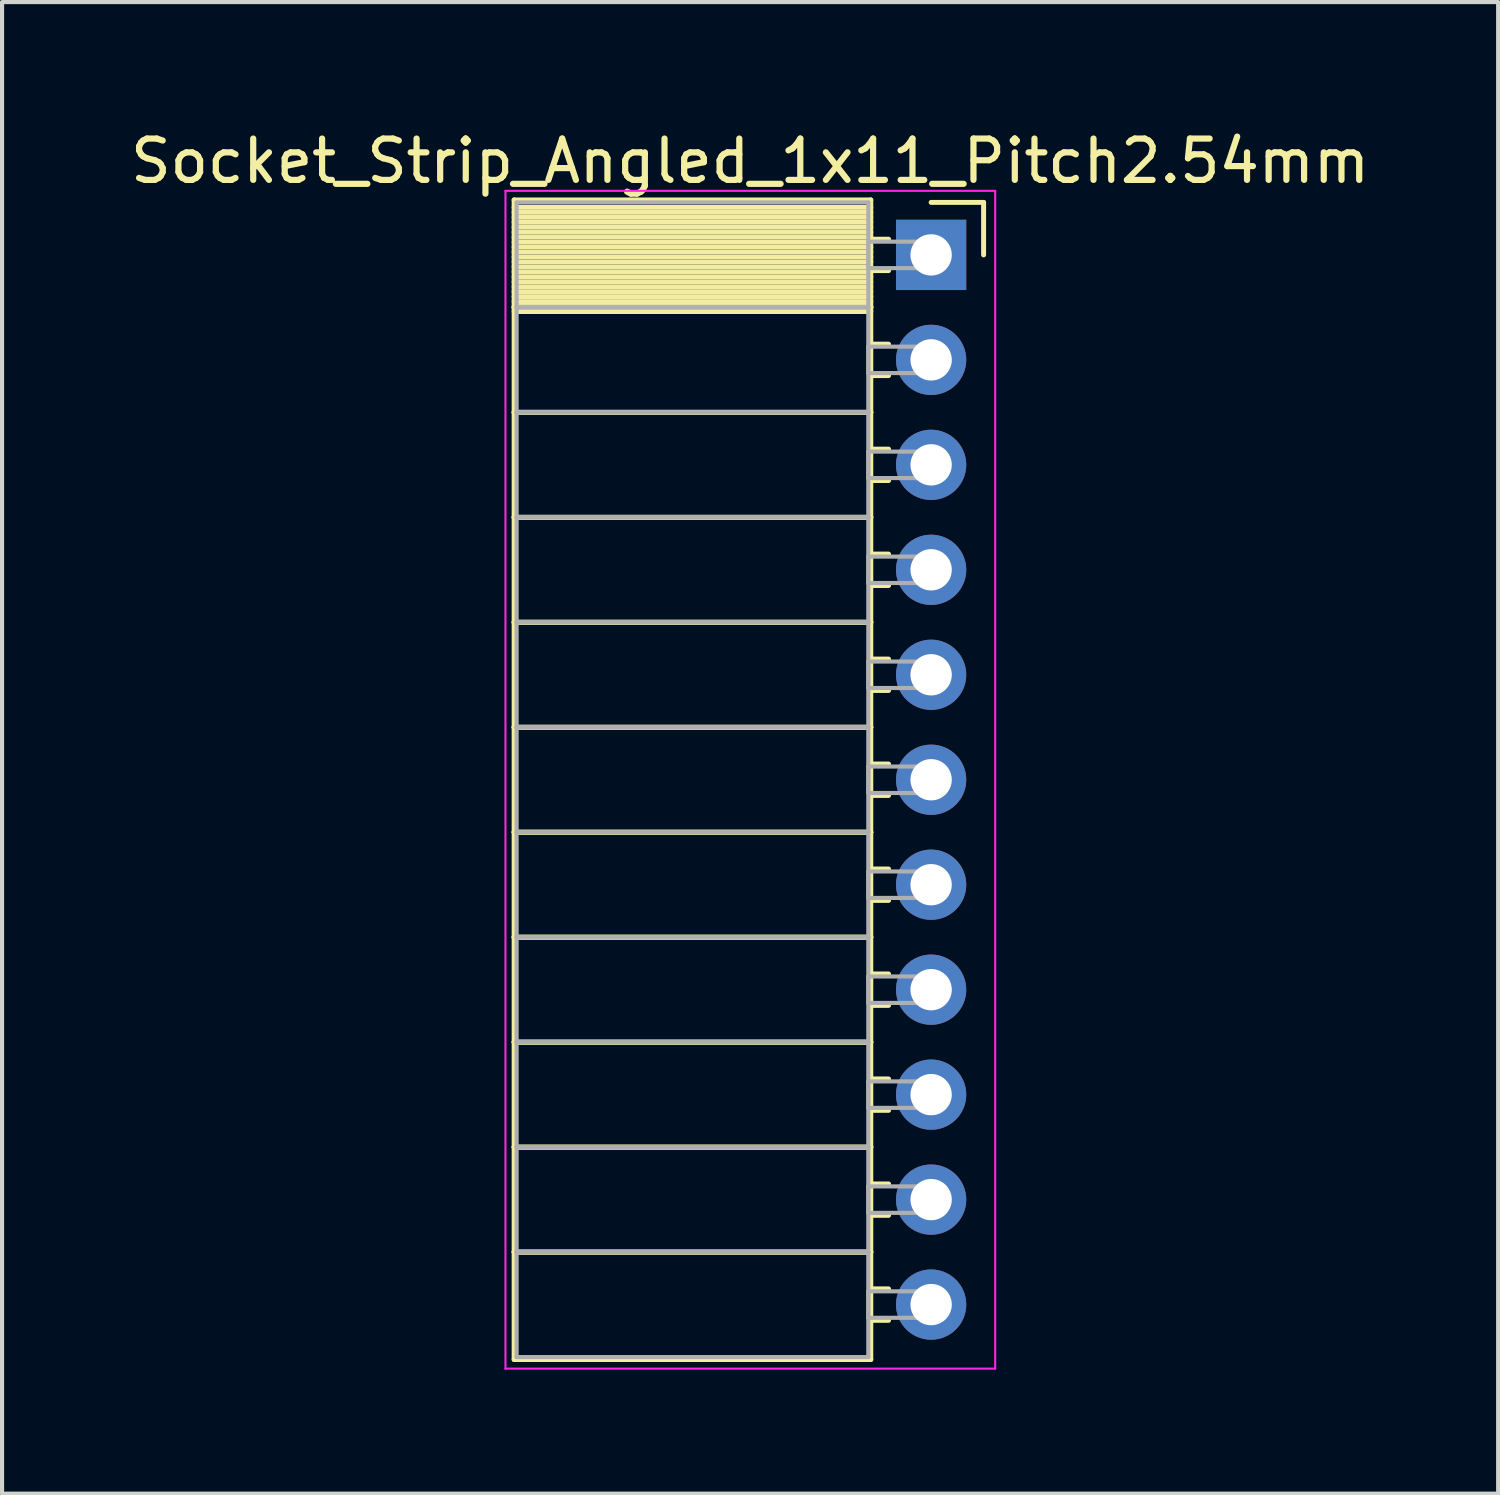
<source format=kicad_pcb>
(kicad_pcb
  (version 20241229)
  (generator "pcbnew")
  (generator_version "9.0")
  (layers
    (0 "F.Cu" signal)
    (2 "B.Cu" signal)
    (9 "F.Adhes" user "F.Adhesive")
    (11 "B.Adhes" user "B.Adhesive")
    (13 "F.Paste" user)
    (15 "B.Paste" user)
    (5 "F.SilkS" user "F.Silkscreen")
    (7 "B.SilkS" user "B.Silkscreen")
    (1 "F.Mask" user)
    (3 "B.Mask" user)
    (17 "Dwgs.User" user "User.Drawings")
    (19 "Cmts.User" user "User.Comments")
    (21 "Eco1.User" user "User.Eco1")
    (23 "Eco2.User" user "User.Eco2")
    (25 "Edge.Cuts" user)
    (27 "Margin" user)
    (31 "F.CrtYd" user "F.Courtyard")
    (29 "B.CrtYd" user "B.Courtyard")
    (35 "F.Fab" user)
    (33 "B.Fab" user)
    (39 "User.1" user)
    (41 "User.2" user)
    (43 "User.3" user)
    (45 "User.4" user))
  (footprint "Socket_Strip_Angled_1x11_Pitch2.54mm"
    (layer "F.Cu")
    (at 19.481 3.118)
    (property "Reference" "Socket_Strip_Angled_1x11_Pitch2.54mm" (at -4.38 -2.27 0) (layer "F.SilkS") (effects (font (size 1 1) (thickness 0.15))))
    (attr through_hole)
    (fp_line (start -10.09 -1.33) (end -1.46 -1.33) (stroke (width 0.12) (type solid)) (layer "F.SilkS"))
    (fp_line (start -10.09 1.27) (end -10.09 -1.33) (stroke (width 0.12) (type solid)) (layer "F.SilkS"))
    (fp_line (start -10.09 1.27) (end -1.46 1.27) (stroke (width 0.12) (type solid)) (layer "F.SilkS"))
    (fp_line (start -10.09 3.81) (end -10.09 1.27) (stroke (width 0.12) (type solid)) (layer "F.SilkS"))
    (fp_line (start -10.09 3.81) (end -1.46 3.81) (stroke (width 0.12) (type solid)) (layer "F.SilkS"))
    (fp_line (start -10.09 6.35) (end -10.09 3.81) (stroke (width 0.12) (type solid)) (layer "F.SilkS"))
    (fp_line (start -10.09 6.35) (end -1.46 6.35) (stroke (width 0.12) (type solid)) (layer "F.SilkS"))
    (fp_line (start -10.09 8.89) (end -10.09 6.35) (stroke (width 0.12) (type solid)) (layer "F.SilkS"))
    (fp_line (start -10.09 8.89) (end -1.46 8.89) (stroke (width 0.12) (type solid)) (layer "F.SilkS"))
    (fp_line (start -10.09 11.43) (end -10.09 8.89) (stroke (width 0.12) (type solid)) (layer "F.SilkS"))
    (fp_line (start -10.09 11.43) (end -1.46 11.43) (stroke (width 0.12) (type solid)) (layer "F.SilkS"))
    (fp_line (start -10.09 13.97) (end -10.09 11.43) (stroke (width 0.12) (type solid)) (layer "F.SilkS"))
    (fp_line (start -10.09 13.97) (end -1.46 13.97) (stroke (width 0.12) (type solid)) (layer "F.SilkS"))
    (fp_line (start -10.09 16.51) (end -10.09 13.97) (stroke (width 0.12) (type solid)) (layer "F.SilkS"))
    (fp_line (start -10.09 16.51) (end -1.46 16.51) (stroke (width 0.12) (type solid)) (layer "F.SilkS"))
    (fp_line (start -10.09 19.05) (end -10.09 16.51) (stroke (width 0.12) (type solid)) (layer "F.SilkS"))
    (fp_line (start -10.09 19.05) (end -1.46 19.05) (stroke (width 0.12) (type solid)) (layer "F.SilkS"))
    (fp_line (start -10.09 21.59) (end -10.09 19.05) (stroke (width 0.12) (type solid)) (layer "F.SilkS"))
    (fp_line (start -10.09 21.59) (end -1.46 21.59) (stroke (width 0.12) (type solid)) (layer "F.SilkS"))
    (fp_line (start -10.09 24.13) (end -10.09 21.59) (stroke (width 0.12) (type solid)) (layer "F.SilkS"))
    (fp_line (start -10.09 24.13) (end -1.46 24.13) (stroke (width 0.12) (type solid)) (layer "F.SilkS"))
    (fp_line (start -10.09 26.73) (end -10.09 24.13) (stroke (width 0.12) (type solid)) (layer "F.SilkS"))
    (fp_line (start -1.46 -1.33) (end -1.46 1.27) (stroke (width 0.12) (type solid)) (layer "F.SilkS"))
    (fp_line (start -1.46 -1.15) (end -10.09 -1.15) (stroke (width 0.12) (type solid)) (layer "F.SilkS"))
    (fp_line (start -1.46 -1.03) (end -10.09 -1.03) (stroke (width 0.12) (type solid)) (layer "F.SilkS"))
    (fp_line (start -1.46 -0.91) (end -10.09 -0.91) (stroke (width 0.12) (type solid)) (layer "F.SilkS"))
    (fp_line (start -1.46 -0.79) (end -10.09 -0.79) (stroke (width 0.12) (type solid)) (layer "F.SilkS"))
    (fp_line (start -1.46 -0.67) (end -10.09 -0.67) (stroke (width 0.12) (type solid)) (layer "F.SilkS"))
    (fp_line (start -1.46 -0.55) (end -10.09 -0.55) (stroke (width 0.12) (type solid)) (layer "F.SilkS"))
    (fp_line (start -1.46 -0.43) (end -10.09 -0.43) (stroke (width 0.12) (type solid)) (layer "F.SilkS"))
    (fp_line (start -1.46 -0.31) (end -10.09 -0.31) (stroke (width 0.12) (type solid)) (layer "F.SilkS"))
    (fp_line (start -1.46 -0.19) (end -10.09 -0.19) (stroke (width 0.12) (type solid)) (layer "F.SilkS"))
    (fp_line (start -1.46 -0.07) (end -10.09 -0.07) (stroke (width 0.12) (type solid)) (layer "F.SilkS"))
    (fp_line (start -1.46 0.05) (end -10.09 0.05) (stroke (width 0.12) (type solid)) (layer "F.SilkS"))
    (fp_line (start -1.46 0.17) (end -10.09 0.17) (stroke (width 0.12) (type solid)) (layer "F.SilkS"))
    (fp_line (start -1.46 0.29) (end -10.09 0.29) (stroke (width 0.12) (type solid)) (layer "F.SilkS"))
    (fp_line (start -1.46 0.41) (end -10.09 0.41) (stroke (width 0.12) (type solid)) (layer "F.SilkS"))
    (fp_line (start -1.46 0.53) (end -10.09 0.53) (stroke (width 0.12) (type solid)) (layer "F.SilkS"))
    (fp_line (start -1.46 0.65) (end -10.09 0.65) (stroke (width 0.12) (type solid)) (layer "F.SilkS"))
    (fp_line (start -1.46 0.77) (end -10.09 0.77) (stroke (width 0.12) (type solid)) (layer "F.SilkS"))
    (fp_line (start -1.46 0.89) (end -10.09 0.89) (stroke (width 0.12) (type solid)) (layer "F.SilkS"))
    (fp_line (start -1.46 1.01) (end -10.09 1.01) (stroke (width 0.12) (type solid)) (layer "F.SilkS"))
    (fp_line (start -1.46 1.13) (end -10.09 1.13) (stroke (width 0.12) (type solid)) (layer "F.SilkS"))
    (fp_line (start -1.46 1.25) (end -10.09 1.25) (stroke (width 0.12) (type solid)) (layer "F.SilkS"))
    (fp_line (start -1.46 1.27) (end -10.09 1.27) (stroke (width 0.12) (type solid)) (layer "F.SilkS"))
    (fp_line (start -1.46 1.27) (end -1.46 3.81) (stroke (width 0.12) (type solid)) (layer "F.SilkS"))
    (fp_line (start -1.46 1.37) (end -10.09 1.37) (stroke (width 0.12) (type solid)) (layer "F.SilkS"))
    (fp_line (start -1.46 3.81) (end -10.09 3.81) (stroke (width 0.12) (type solid)) (layer "F.SilkS"))
    (fp_line (start -1.46 3.81) (end -1.46 6.35) (stroke (width 0.12) (type solid)) (layer "F.SilkS"))
    (fp_line (start -1.46 6.35) (end -10.09 6.35) (stroke (width 0.12) (type solid)) (layer "F.SilkS"))
    (fp_line (start -1.46 6.35) (end -1.46 8.89) (stroke (width 0.12) (type solid)) (layer "F.SilkS"))
    (fp_line (start -1.46 8.89) (end -10.09 8.89) (stroke (width 0.12) (type solid)) (layer "F.SilkS"))
    (fp_line (start -1.46 8.89) (end -1.46 11.43) (stroke (width 0.12) (type solid)) (layer "F.SilkS"))
    (fp_line (start -1.46 11.43) (end -10.09 11.43) (stroke (width 0.12) (type solid)) (layer "F.SilkS"))
    (fp_line (start -1.46 11.43) (end -1.46 13.97) (stroke (width 0.12) (type solid)) (layer "F.SilkS"))
    (fp_line (start -1.46 13.97) (end -10.09 13.97) (stroke (width 0.12) (type solid)) (layer "F.SilkS"))
    (fp_line (start -1.46 13.97) (end -1.46 16.51) (stroke (width 0.12) (type solid)) (layer "F.SilkS"))
    (fp_line (start -1.46 16.51) (end -10.09 16.51) (stroke (width 0.12) (type solid)) (layer "F.SilkS"))
    (fp_line (start -1.46 16.51) (end -1.46 19.05) (stroke (width 0.12) (type solid)) (layer "F.SilkS"))
    (fp_line (start -1.46 19.05) (end -10.09 19.05) (stroke (width 0.12) (type solid)) (layer "F.SilkS"))
    (fp_line (start -1.46 19.05) (end -1.46 21.59) (stroke (width 0.12) (type solid)) (layer "F.SilkS"))
    (fp_line (start -1.46 21.59) (end -10.09 21.59) (stroke (width 0.12) (type solid)) (layer "F.SilkS"))
    (fp_line (start -1.46 21.59) (end -1.46 24.13) (stroke (width 0.12) (type solid)) (layer "F.SilkS"))
    (fp_line (start -1.46 24.13) (end -10.09 24.13) (stroke (width 0.12) (type solid)) (layer "F.SilkS"))
    (fp_line (start -1.46 24.13) (end -1.46 26.73) (stroke (width 0.12) (type solid)) (layer "F.SilkS"))
    (fp_line (start -1.46 26.73) (end -10.09 26.73) (stroke (width 0.12) (type solid)) (layer "F.SilkS"))
    (fp_line (start -1.03 -0.38) (end -1.46 -0.38) (stroke (width 0.12) (type solid)) (layer "F.SilkS"))
    (fp_line (start -1.03 0.38) (end -1.46 0.38) (stroke (width 0.12) (type solid)) (layer "F.SilkS"))
    (fp_line (start -1.03 2.16) (end -1.46 2.16) (stroke (width 0.12) (type solid)) (layer "F.SilkS"))
    (fp_line (start -1.03 2.92) (end -1.46 2.92) (stroke (width 0.12) (type solid)) (layer "F.SilkS"))
    (fp_line (start -1.03 4.7) (end -1.46 4.7) (stroke (width 0.12) (type solid)) (layer "F.SilkS"))
    (fp_line (start -1.03 5.46) (end -1.46 5.46) (stroke (width 0.12) (type solid)) (layer "F.SilkS"))
    (fp_line (start -1.03 7.24) (end -1.46 7.24) (stroke (width 0.12) (type solid)) (layer "F.SilkS"))
    (fp_line (start -1.03 8) (end -1.46 8) (stroke (width 0.12) (type solid)) (layer "F.SilkS"))
    (fp_line (start -1.03 9.78) (end -1.46 9.78) (stroke (width 0.12) (type solid)) (layer "F.SilkS"))
    (fp_line (start -1.03 10.54) (end -1.46 10.54) (stroke (width 0.12) (type solid)) (layer "F.SilkS"))
    (fp_line (start -1.03 12.32) (end -1.46 12.32) (stroke (width 0.12) (type solid)) (layer "F.SilkS"))
    (fp_line (start -1.03 13.08) (end -1.46 13.08) (stroke (width 0.12) (type solid)) (layer "F.SilkS"))
    (fp_line (start -1.03 14.86) (end -1.46 14.86) (stroke (width 0.12) (type solid)) (layer "F.SilkS"))
    (fp_line (start -1.03 15.62) (end -1.46 15.62) (stroke (width 0.12) (type solid)) (layer "F.SilkS"))
    (fp_line (start -1.03 17.4) (end -1.46 17.4) (stroke (width 0.12) (type solid)) (layer "F.SilkS"))
    (fp_line (start -1.03 18.16) (end -1.46 18.16) (stroke (width 0.12) (type solid)) (layer "F.SilkS"))
    (fp_line (start -1.03 19.94) (end -1.46 19.94) (stroke (width 0.12) (type solid)) (layer "F.SilkS"))
    (fp_line (start -1.03 20.7) (end -1.46 20.7) (stroke (width 0.12) (type solid)) (layer "F.SilkS"))
    (fp_line (start -1.03 22.48) (end -1.46 22.48) (stroke (width 0.12) (type solid)) (layer "F.SilkS"))
    (fp_line (start -1.03 23.24) (end -1.46 23.24) (stroke (width 0.12) (type solid)) (layer "F.SilkS"))
    (fp_line (start -1.03 25.02) (end -1.46 25.02) (stroke (width 0.12) (type solid)) (layer "F.SilkS"))
    (fp_line (start -1.03 25.78) (end -1.46 25.78) (stroke (width 0.12) (type solid)) (layer "F.SilkS"))
    (fp_line (start 0 -1.27) (end 1.27 -1.27) (stroke (width 0.12) (type solid)) (layer "F.SilkS"))
    (fp_line (start 1.27 -1.27) (end 1.27 0) (stroke (width 0.12) (type solid)) (layer "F.SilkS"))
    (fp_line (start -10.3 -1.55) (end 1.55 -1.55) (stroke (width 0.05) (type solid)) (layer "F.CrtYd"))
    (fp_line (start -10.3 26.95) (end -10.3 -1.55) (stroke (width 0.05) (type solid)) (layer "F.CrtYd"))
    (fp_line (start 1.55 -1.55) (end 1.55 26.95) (stroke (width 0.05) (type solid)) (layer "F.CrtYd"))
    (fp_line (start 1.55 26.95) (end -10.3 26.95) (stroke (width 0.05) (type solid)) (layer "F.CrtYd"))
    (fp_line (start -10.03 -1.27) (end -1.52 -1.27) (stroke (width 0.1) (type solid)) (layer "F.Fab"))
    (fp_line (start -10.03 1.27) (end -10.03 -1.27) (stroke (width 0.1) (type solid)) (layer "F.Fab"))
    (fp_line (start -10.03 1.27) (end -1.52 1.27) (stroke (width 0.1) (type solid)) (layer "F.Fab"))
    (fp_line (start -10.03 3.81) (end -10.03 1.27) (stroke (width 0.1) (type solid)) (layer "F.Fab"))
    (fp_line (start -10.03 3.81) (end -1.52 3.81) (stroke (width 0.1) (type solid)) (layer "F.Fab"))
    (fp_line (start -10.03 6.35) (end -10.03 3.81) (stroke (width 0.1) (type solid)) (layer "F.Fab"))
    (fp_line (start -10.03 6.35) (end -1.52 6.35) (stroke (width 0.1) (type solid)) (layer "F.Fab"))
    (fp_line (start -10.03 8.89) (end -10.03 6.35) (stroke (width 0.1) (type solid)) (layer "F.Fab"))
    (fp_line (start -10.03 8.89) (end -1.52 8.89) (stroke (width 0.1) (type solid)) (layer "F.Fab"))
    (fp_line (start -10.03 11.43) (end -10.03 8.89) (stroke (width 0.1) (type solid)) (layer "F.Fab"))
    (fp_line (start -10.03 11.43) (end -1.52 11.43) (stroke (width 0.1) (type solid)) (layer "F.Fab"))
    (fp_line (start -10.03 13.97) (end -10.03 11.43) (stroke (width 0.1) (type solid)) (layer "F.Fab"))
    (fp_line (start -10.03 13.97) (end -1.52 13.97) (stroke (width 0.1) (type solid)) (layer "F.Fab"))
    (fp_line (start -10.03 16.51) (end -10.03 13.97) (stroke (width 0.1) (type solid)) (layer "F.Fab"))
    (fp_line (start -10.03 16.51) (end -1.52 16.51) (stroke (width 0.1) (type solid)) (layer "F.Fab"))
    (fp_line (start -10.03 19.05) (end -10.03 16.51) (stroke (width 0.1) (type solid)) (layer "F.Fab"))
    (fp_line (start -10.03 19.05) (end -1.52 19.05) (stroke (width 0.1) (type solid)) (layer "F.Fab"))
    (fp_line (start -10.03 21.59) (end -10.03 19.05) (stroke (width 0.1) (type solid)) (layer "F.Fab"))
    (fp_line (start -10.03 21.59) (end -1.52 21.59) (stroke (width 0.1) (type solid)) (layer "F.Fab"))
    (fp_line (start -10.03 24.13) (end -10.03 21.59) (stroke (width 0.1) (type solid)) (layer "F.Fab"))
    (fp_line (start -10.03 24.13) (end -1.52 24.13) (stroke (width 0.1) (type solid)) (layer "F.Fab"))
    (fp_line (start -10.03 26.67) (end -10.03 24.13) (stroke (width 0.1) (type solid)) (layer "F.Fab"))
    (fp_line (start -1.52 -1.27) (end -1.52 1.27) (stroke (width 0.1) (type solid)) (layer "F.Fab"))
    (fp_line (start -1.52 -0.32) (end 0 -0.32) (stroke (width 0.1) (type solid)) (layer "F.Fab"))
    (fp_line (start -1.52 0.32) (end -1.52 -0.32) (stroke (width 0.1) (type solid)) (layer "F.Fab"))
    (fp_line (start -1.52 1.27) (end -10.03 1.27) (stroke (width 0.1) (type solid)) (layer "F.Fab"))
    (fp_line (start -1.52 1.27) (end -1.52 3.81) (stroke (width 0.1) (type solid)) (layer "F.Fab"))
    (fp_line (start -1.52 2.22) (end 0 2.22) (stroke (width 0.1) (type solid)) (layer "F.Fab"))
    (fp_line (start -1.52 2.86) (end -1.52 2.22) (stroke (width 0.1) (type solid)) (layer "F.Fab"))
    (fp_line (start -1.52 3.81) (end -10.03 3.81) (stroke (width 0.1) (type solid)) (layer "F.Fab"))
    (fp_line (start -1.52 3.81) (end -1.52 6.35) (stroke (width 0.1) (type solid)) (layer "F.Fab"))
    (fp_line (start -1.52 4.76) (end 0 4.76) (stroke (width 0.1) (type solid)) (layer "F.Fab"))
    (fp_line (start -1.52 5.4) (end -1.52 4.76) (stroke (width 0.1) (type solid)) (layer "F.Fab"))
    (fp_line (start -1.52 6.35) (end -10.03 6.35) (stroke (width 0.1) (type solid)) (layer "F.Fab"))
    (fp_line (start -1.52 6.35) (end -1.52 8.89) (stroke (width 0.1) (type solid)) (layer "F.Fab"))
    (fp_line (start -1.52 7.3) (end 0 7.3) (stroke (width 0.1) (type solid)) (layer "F.Fab"))
    (fp_line (start -1.52 7.94) (end -1.52 7.3) (stroke (width 0.1) (type solid)) (layer "F.Fab"))
    (fp_line (start -1.52 8.89) (end -10.03 8.89) (stroke (width 0.1) (type solid)) (layer "F.Fab"))
    (fp_line (start -1.52 8.89) (end -1.52 11.43) (stroke (width 0.1) (type solid)) (layer "F.Fab"))
    (fp_line (start -1.52 9.84) (end 0 9.84) (stroke (width 0.1) (type solid)) (layer "F.Fab"))
    (fp_line (start -1.52 10.48) (end -1.52 9.84) (stroke (width 0.1) (type solid)) (layer "F.Fab"))
    (fp_line (start -1.52 11.43) (end -10.03 11.43) (stroke (width 0.1) (type solid)) (layer "F.Fab"))
    (fp_line (start -1.52 11.43) (end -1.52 13.97) (stroke (width 0.1) (type solid)) (layer "F.Fab"))
    (fp_line (start -1.52 12.38) (end 0 12.38) (stroke (width 0.1) (type solid)) (layer "F.Fab"))
    (fp_line (start -1.52 13.02) (end -1.52 12.38) (stroke (width 0.1) (type solid)) (layer "F.Fab"))
    (fp_line (start -1.52 13.97) (end -10.03 13.97) (stroke (width 0.1) (type solid)) (layer "F.Fab"))
    (fp_line (start -1.52 13.97) (end -1.52 16.51) (stroke (width 0.1) (type solid)) (layer "F.Fab"))
    (fp_line (start -1.52 14.92) (end 0 14.92) (stroke (width 0.1) (type solid)) (layer "F.Fab"))
    (fp_line (start -1.52 15.56) (end -1.52 14.92) (stroke (width 0.1) (type solid)) (layer "F.Fab"))
    (fp_line (start -1.52 16.51) (end -10.03 16.51) (stroke (width 0.1) (type solid)) (layer "F.Fab"))
    (fp_line (start -1.52 16.51) (end -1.52 19.05) (stroke (width 0.1) (type solid)) (layer "F.Fab"))
    (fp_line (start -1.52 17.46) (end 0 17.46) (stroke (width 0.1) (type solid)) (layer "F.Fab"))
    (fp_line (start -1.52 18.1) (end -1.52 17.46) (stroke (width 0.1) (type solid)) (layer "F.Fab"))
    (fp_line (start -1.52 19.05) (end -10.03 19.05) (stroke (width 0.1) (type solid)) (layer "F.Fab"))
    (fp_line (start -1.52 19.05) (end -1.52 21.59) (stroke (width 0.1) (type solid)) (layer "F.Fab"))
    (fp_line (start -1.52 20) (end 0 20) (stroke (width 0.1) (type solid)) (layer "F.Fab"))
    (fp_line (start -1.52 20.64) (end -1.52 20) (stroke (width 0.1) (type solid)) (layer "F.Fab"))
    (fp_line (start -1.52 21.59) (end -10.03 21.59) (stroke (width 0.1) (type solid)) (layer "F.Fab"))
    (fp_line (start -1.52 21.59) (end -1.52 24.13) (stroke (width 0.1) (type solid)) (layer "F.Fab"))
    (fp_line (start -1.52 22.54) (end 0 22.54) (stroke (width 0.1) (type solid)) (layer "F.Fab"))
    (fp_line (start -1.52 23.18) (end -1.52 22.54) (stroke (width 0.1) (type solid)) (layer "F.Fab"))
    (fp_line (start -1.52 24.13) (end -10.03 24.13) (stroke (width 0.1) (type solid)) (layer "F.Fab"))
    (fp_line (start -1.52 24.13) (end -1.52 26.67) (stroke (width 0.1) (type solid)) (layer "F.Fab"))
    (fp_line (start -1.52 25.08) (end 0 25.08) (stroke (width 0.1) (type solid)) (layer "F.Fab"))
    (fp_line (start -1.52 25.72) (end -1.52 25.08) (stroke (width 0.1) (type solid)) (layer "F.Fab"))
    (fp_line (start -1.52 26.67) (end -10.03 26.67) (stroke (width 0.1) (type solid)) (layer "F.Fab"))
    (fp_line (start 0 -0.32) (end 0 0.32) (stroke (width 0.1) (type solid)) (layer "F.Fab"))
    (fp_line (start 0 0.32) (end -1.52 0.32) (stroke (width 0.1) (type solid)) (layer "F.Fab"))
    (fp_line (start 0 2.22) (end 0 2.86) (stroke (width 0.1) (type solid)) (layer "F.Fab"))
    (fp_line (start 0 2.86) (end -1.52 2.86) (stroke (width 0.1) (type solid)) (layer "F.Fab"))
    (fp_line (start 0 4.76) (end 0 5.4) (stroke (width 0.1) (type solid)) (layer "F.Fab"))
    (fp_line (start 0 5.4) (end -1.52 5.4) (stroke (width 0.1) (type solid)) (layer "F.Fab"))
    (fp_line (start 0 7.3) (end 0 7.94) (stroke (width 0.1) (type solid)) (layer "F.Fab"))
    (fp_line (start 0 7.94) (end -1.52 7.94) (stroke (width 0.1) (type solid)) (layer "F.Fab"))
    (fp_line (start 0 9.84) (end 0 10.48) (stroke (width 0.1) (type solid)) (layer "F.Fab"))
    (fp_line (start 0 10.48) (end -1.52 10.48) (stroke (width 0.1) (type solid)) (layer "F.Fab"))
    (fp_line (start 0 12.38) (end 0 13.02) (stroke (width 0.1) (type solid)) (layer "F.Fab"))
    (fp_line (start 0 13.02) (end -1.52 13.02) (stroke (width 0.1) (type solid)) (layer "F.Fab"))
    (fp_line (start 0 14.92) (end 0 15.56) (stroke (width 0.1) (type solid)) (layer "F.Fab"))
    (fp_line (start 0 15.56) (end -1.52 15.56) (stroke (width 0.1) (type solid)) (layer "F.Fab"))
    (fp_line (start 0 17.46) (end 0 18.1) (stroke (width 0.1) (type solid)) (layer "F.Fab"))
    (fp_line (start 0 18.1) (end -1.52 18.1) (stroke (width 0.1) (type solid)) (layer "F.Fab"))
    (fp_line (start 0 20) (end 0 20.64) (stroke (width 0.1) (type solid)) (layer "F.Fab"))
    (fp_line (start 0 20.64) (end -1.52 20.64) (stroke (width 0.1) (type solid)) (layer "F.Fab"))
    (fp_line (start 0 22.54) (end 0 23.18) (stroke (width 0.1) (type solid)) (layer "F.Fab"))
    (fp_line (start 0 23.18) (end -1.52 23.18) (stroke (width 0.1) (type solid)) (layer "F.Fab"))
    (fp_line (start 0 25.08) (end 0 25.72) (stroke (width 0.1) (type solid)) (layer "F.Fab"))
    (fp_line (start 0 25.72) (end -1.52 25.72) (stroke (width 0.1) (type solid)) (layer "F.Fab"))
    (pad "1" thru_hole rect (at 0 0) (size 1.7 1.7) (drill 1) (layers "*.Cu" "*.Mask"))
    (pad "2" thru_hole oval (at 0 2.54) (size 1.7 1.7) (drill 1) (layers "*.Cu" "*.Mask"))
    (pad "3" thru_hole oval (at 0 5.08) (size 1.7 1.7) (drill 1) (layers "*.Cu" "*.Mask"))
    (pad "4" thru_hole oval (at 0 7.62) (size 1.7 1.7) (drill 1) (layers "*.Cu" "*.Mask"))
    (pad "5" thru_hole oval (at 0 10.16) (size 1.7 1.7) (drill 1) (layers "*.Cu" "*.Mask"))
    (pad "6" thru_hole oval (at 0 12.7) (size 1.7 1.7) (drill 1) (layers "*.Cu" "*.Mask"))
    (pad "7" thru_hole oval (at 0 15.24) (size 1.7 1.7) (drill 1) (layers "*.Cu" "*.Mask"))
    (pad "8" thru_hole oval (at 0 17.78) (size 1.7 1.7) (drill 1) (layers "*.Cu" "*.Mask"))
    (pad "9" thru_hole oval (at 0 20.32) (size 1.7 1.7) (drill 1) (layers "*.Cu" "*.Mask"))
    (pad "10" thru_hole oval (at 0 22.86) (size 1.7 1.7) (drill 1) (layers "*.Cu" "*.Mask"))
    (pad "11" thru_hole oval (at 0 25.4) (size 1.7 1.7) (drill 1) (layers "*.Cu" "*.Mask")))
  (gr_rect
    (start -3 -3)
    (end 33.202 33.093)
    (stroke (width 0.1) (type default))
    (fill no)
    (layer "Edge.Cuts")))
</source>
